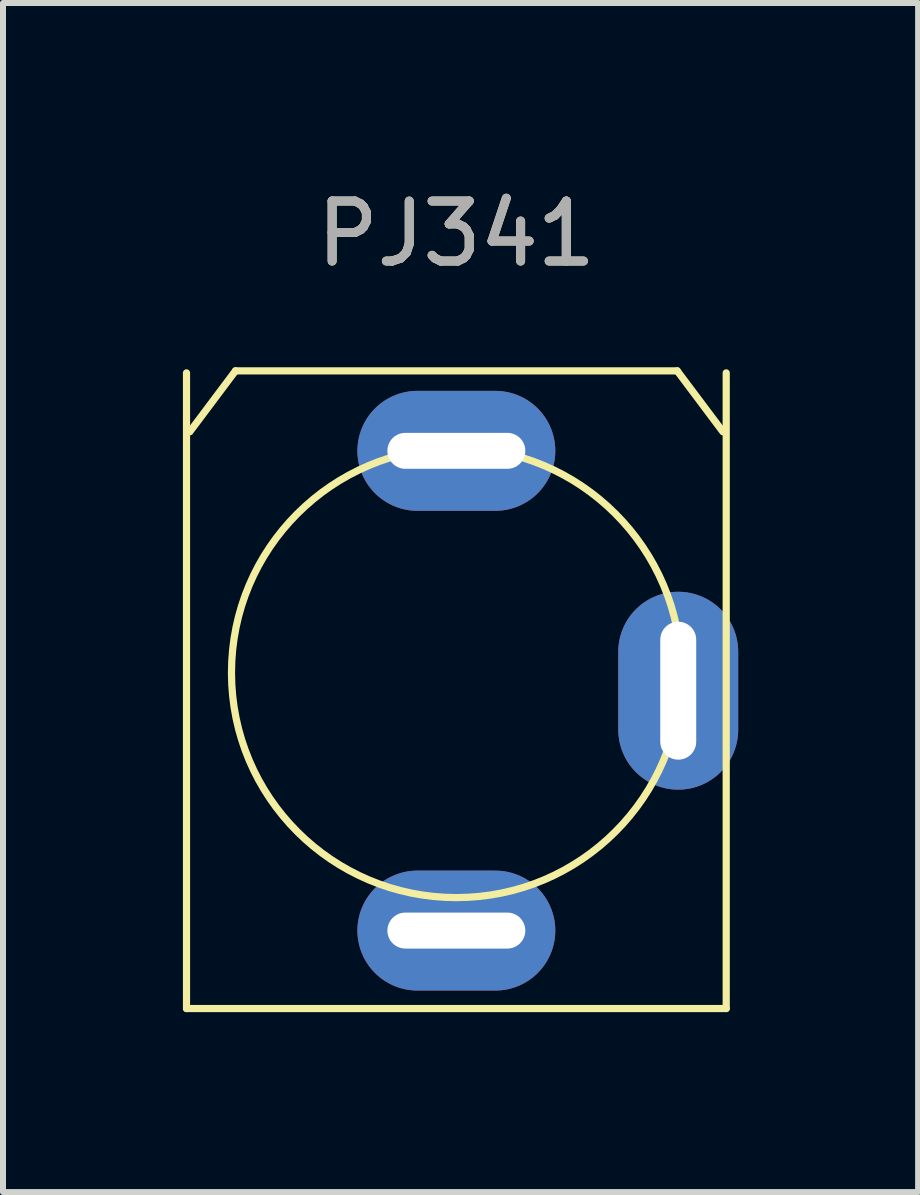
<source format=kicad_pcb>
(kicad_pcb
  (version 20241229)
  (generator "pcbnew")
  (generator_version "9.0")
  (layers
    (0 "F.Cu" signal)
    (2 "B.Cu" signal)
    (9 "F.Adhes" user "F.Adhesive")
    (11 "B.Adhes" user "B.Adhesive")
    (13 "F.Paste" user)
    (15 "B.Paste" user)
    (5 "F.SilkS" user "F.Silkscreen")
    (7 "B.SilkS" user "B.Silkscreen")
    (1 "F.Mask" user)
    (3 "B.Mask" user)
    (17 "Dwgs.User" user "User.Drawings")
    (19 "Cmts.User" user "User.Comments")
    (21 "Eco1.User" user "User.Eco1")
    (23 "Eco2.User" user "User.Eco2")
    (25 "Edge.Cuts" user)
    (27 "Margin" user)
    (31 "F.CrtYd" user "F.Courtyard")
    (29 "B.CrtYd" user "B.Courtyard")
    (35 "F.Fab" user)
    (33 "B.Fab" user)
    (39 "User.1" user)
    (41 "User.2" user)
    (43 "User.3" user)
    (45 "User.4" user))
  (footprint "PJ341"
    (layer "F.Cu")
    (at 4.56 8.468)
    (property "Reference" "PJ341" (at 0 -7.62 0) (unlocked yes) (layer "F.SilkS") (effects (font (size 1 1) (thickness 0.15))))
    (attr through_hole)
    (fp_line (start -4.5 5.3) (end -4.5 -5.3) (stroke (width 0.12) (type solid)) (layer "F.SilkS"))
    (fp_line (start -4.445 -4.318) (end -3.683 -5.334) (stroke (width 0.12) (type solid)) (layer "F.SilkS"))
    (fp_line (start -3.683 -5.334) (end 3.683 -5.334) (stroke (width 0.12) (type solid)) (layer "F.SilkS"))
    (fp_line (start 4.445 -4.318) (end 3.683 -5.334) (stroke (width 0.12) (type solid)) (layer "F.SilkS"))
    (fp_line (start 4.5 -5.3) (end 4.5 5.3) (stroke (width 0.12) (type solid)) (layer "F.SilkS"))
    (fp_line (start 4.5 5.3) (end -4.5 5.3) (stroke (width 0.12) (type solid)) (layer "F.SilkS"))
    (fp_circle (center 0 -0.3) (end 3.75 -0.3) (stroke (width 0.12) (type solid)) (fill no) (layer "F.SilkS"))
    (fp_text user "${REFERENCE}" (at 0 -7.62 0) (unlocked yes) (layer "F.Fab") (effects (font (size 1 1) (thickness 0.15))))
    (pad "R" thru_hole oval (at 0 -4) (size 3.3 2) (drill oval 2.3 0.6) (layers "*.Cu" "*.Mask"))
    (pad "S" thru_hole oval (at 3.7 0 90) (size 3.3 2) (drill oval 2.3 0.6) (layers "*.Cu" "*.Mask"))
    (pad "T" thru_hole oval (at 0 4) (size 3.3 2) (drill oval 2.3 0.6) (layers "*.Cu" "*.Mask")))
  (gr_rect
    (start -3 -3)
    (end 12.26 16.828)
    (stroke (width 0.1) (type default))
    (fill no)
    (layer "Edge.Cuts")))
</source>
